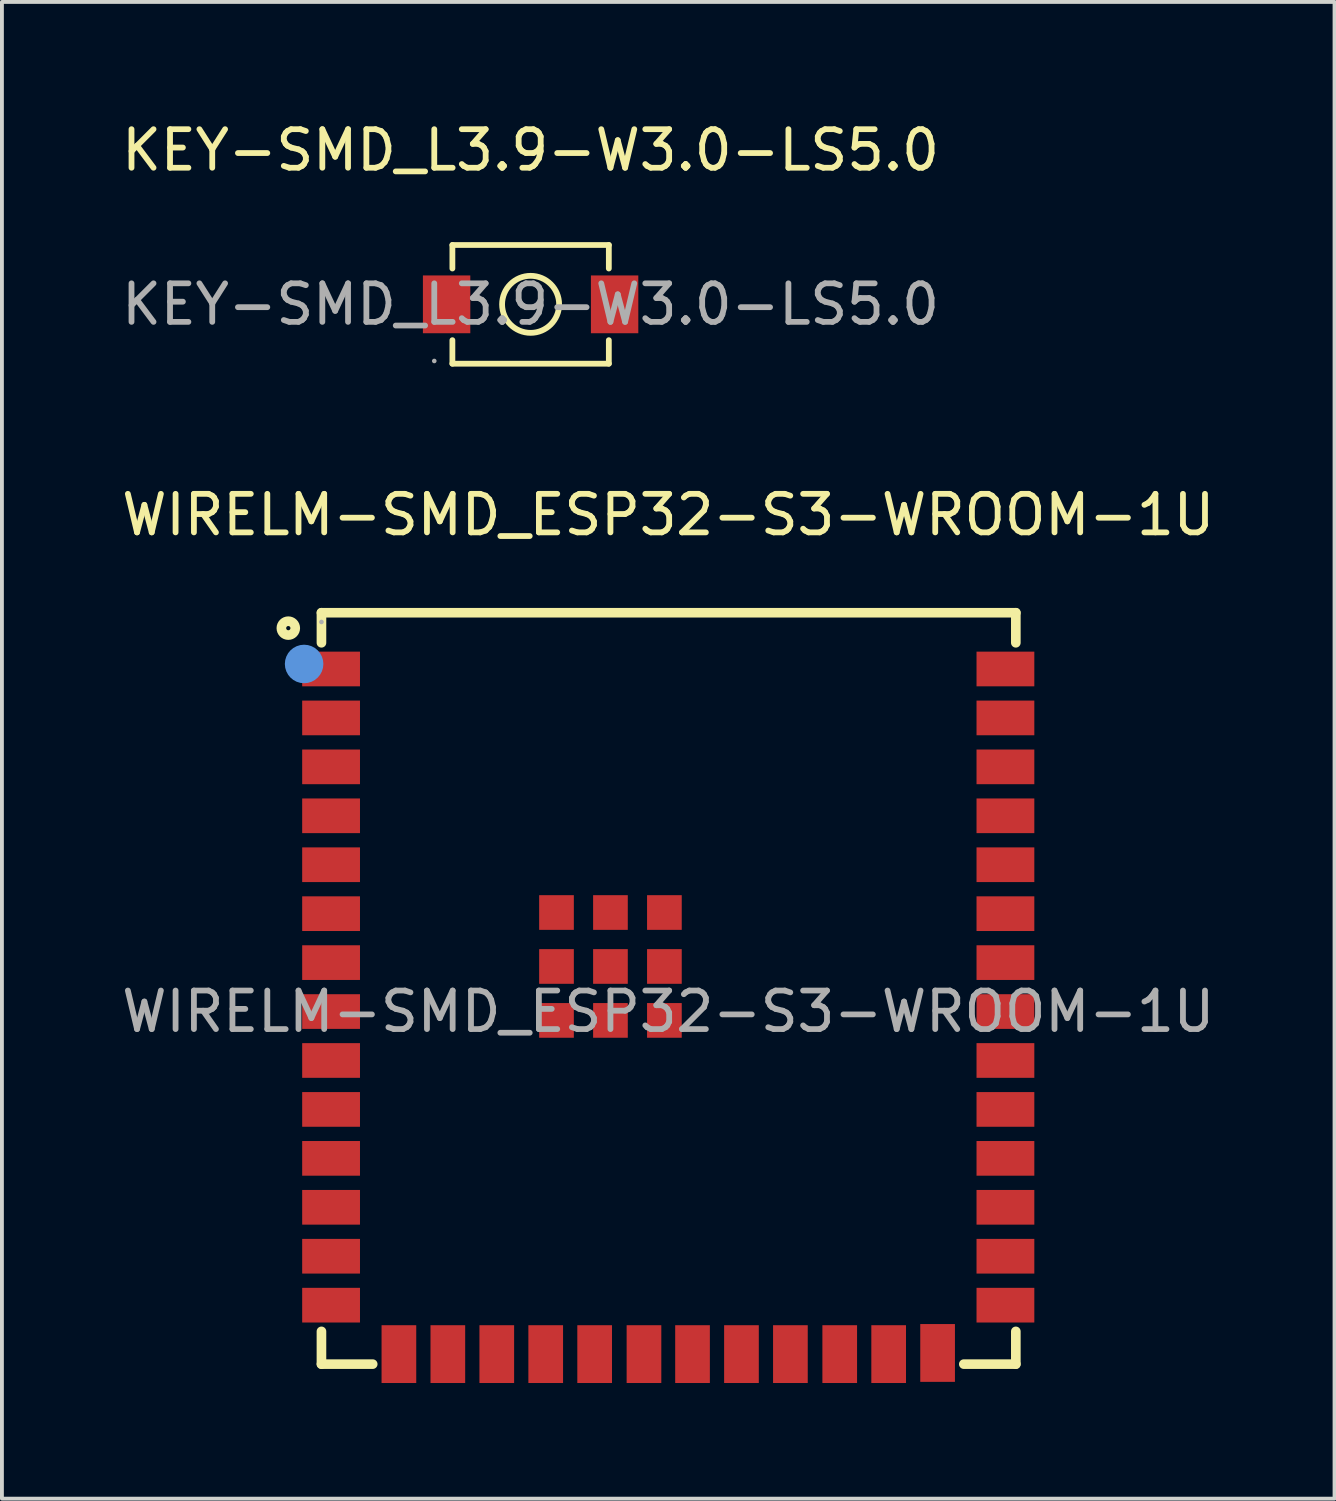
<source format=kicad_pcb>
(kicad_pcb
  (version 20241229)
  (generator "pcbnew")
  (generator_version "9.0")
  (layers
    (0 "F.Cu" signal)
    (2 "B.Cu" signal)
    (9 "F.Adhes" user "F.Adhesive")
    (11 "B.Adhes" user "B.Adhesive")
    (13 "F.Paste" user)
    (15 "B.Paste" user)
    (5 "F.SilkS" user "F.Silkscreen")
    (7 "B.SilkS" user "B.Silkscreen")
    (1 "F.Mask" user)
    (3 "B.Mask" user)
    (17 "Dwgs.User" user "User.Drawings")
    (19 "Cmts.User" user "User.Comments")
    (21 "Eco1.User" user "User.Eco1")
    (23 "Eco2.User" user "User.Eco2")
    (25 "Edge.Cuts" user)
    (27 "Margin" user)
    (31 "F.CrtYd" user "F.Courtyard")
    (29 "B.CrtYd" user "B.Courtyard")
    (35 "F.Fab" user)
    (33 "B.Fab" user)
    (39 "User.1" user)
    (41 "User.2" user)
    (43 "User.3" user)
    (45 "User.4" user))
  (footprint "WIRELM-SMD_ESP32-S3-WROOM-1U"
    (layer "F.Cu")
    (at 14.292 23.201)
    (property "Reference" "WIRELM-SMD_ESP32-S3-WROOM-1U" (at 0 -12.89 0) (layer "F.SilkS") (effects (font (size 1 1) (thickness 0.15))))
    (attr smd)
    (fp_line (start -9 -10.35) (end -9 -9.57) (stroke (width 0.25) (type solid)) (layer "F.SilkS"))
    (fp_line (start -9 -10.35) (end 9.02 -10.35) (stroke (width 0.25) (type solid)) (layer "F.SilkS"))
    (fp_line (start -9 8.3) (end -9 9.15) (stroke (width 0.25) (type solid)) (layer "F.SilkS"))
    (fp_line (start -9 9.15) (end -7.67 9.15) (stroke (width 0.25) (type solid)) (layer "F.SilkS"))
    (fp_line (start 7.67 9.15) (end 9.02 9.15) (stroke (width 0.25) (type solid)) (layer "F.SilkS"))
    (fp_line (start 9.02 -9.57) (end 9.02 -10.35) (stroke (width 0.25) (type solid)) (layer "F.SilkS"))
    (fp_line (start 9.02 9.15) (end 9.02 8.3) (stroke (width 0.25) (type solid)) (layer "F.SilkS"))
    (fp_circle (center -9.86 -9.95) (end -9.68 -9.95) (stroke (width 0.25) (type solid)) (fill no) (layer "F.SilkS"))
    (fp_circle (center -9.45 -9.02) (end -9.2 -9.02) (stroke (width 0.5) (type solid)) (fill no) (layer "Cmts.User"))
    (fp_circle (center -9 -10.11) (end -8.97 -10.11) (stroke (width 0.06) (type solid)) (fill no) (layer "F.Fab"))
    (fp_text user "${REFERENCE}" (at 0 0 0) (layer "F.Fab") (effects (font (size 1 1) (thickness 0.15))))
    (pad "1" smd rect (at -8.75 -8.89) (size 1.5 0.9) (layers "F.Cu" "F.Mask" "F.Paste"))
    (pad "2" smd rect (at -8.75 -7.62) (size 1.5 0.9) (layers "F.Cu" "F.Mask" "F.Paste"))
    (pad "3" smd rect (at -8.75 -6.35) (size 1.5 0.9) (layers "F.Cu" "F.Mask" "F.Paste"))
    (pad "4" smd rect (at -8.75 -5.08) (size 1.5 0.9) (layers "F.Cu" "F.Mask" "F.Paste"))
    (pad "5" smd rect (at -8.75 -3.81) (size 1.5 0.9) (layers "F.Cu" "F.Mask" "F.Paste"))
    (pad "6" smd rect (at -8.75 -2.54) (size 1.5 0.9) (layers "F.Cu" "F.Mask" "F.Paste"))
    (pad "7" smd rect (at -8.75 -1.27) (size 1.5 0.9) (layers "F.Cu" "F.Mask" "F.Paste"))
    (pad "8" smd rect (at -8.75 0) (size 1.5 0.9) (layers "F.Cu" "F.Mask" "F.Paste"))
    (pad "9" smd rect (at -8.75 1.27) (size 1.5 0.9) (layers "F.Cu" "F.Mask" "F.Paste"))
    (pad "10" smd rect (at -8.75 2.54) (size 1.5 0.9) (layers "F.Cu" "F.Mask" "F.Paste"))
    (pad "11" smd rect (at -8.75 3.81) (size 1.5 0.9) (layers "F.Cu" "F.Mask" "F.Paste"))
    (pad "12" smd rect (at -8.75 5.08) (size 1.5 0.9) (layers "F.Cu" "F.Mask" "F.Paste"))
    (pad "13" smd rect (at -8.75 6.35) (size 1.5 0.9) (layers "F.Cu" "F.Mask" "F.Paste"))
    (pad "14" smd rect (at -8.75 7.62) (size 1.5 0.9) (layers "F.Cu" "F.Mask" "F.Paste"))
    (pad "15" smd rect (at -6.99 8.89 90) (size 1.5 0.9) (layers "F.Cu" "F.Mask" "F.Paste"))
    (pad "16" smd rect (at -5.72 8.89 90) (size 1.5 0.9) (layers "F.Cu" "F.Mask" "F.Paste"))
    (pad "17" smd rect (at -4.45 8.89 90) (size 1.5 0.9) (layers "F.Cu" "F.Mask" "F.Paste"))
    (pad "18" smd rect (at -3.18 8.89 90) (size 1.5 0.9) (layers "F.Cu" "F.Mask" "F.Paste"))
    (pad "19" smd rect (at -1.91 8.89 90) (size 1.5 0.9) (layers "F.Cu" "F.Mask" "F.Paste"))
    (pad "20" smd rect (at -0.63 8.89 90) (size 1.5 0.9) (layers "F.Cu" "F.Mask" "F.Paste"))
    (pad "21" smd rect (at 0.63 8.89 90) (size 1.5 0.9) (layers "F.Cu" "F.Mask" "F.Paste"))
    (pad "22" smd rect (at 1.9 8.89 90) (size 1.5 0.9) (layers "F.Cu" "F.Mask" "F.Paste"))
    (pad "23" smd rect (at 3.17 8.89 90) (size 1.5 0.9) (layers "F.Cu" "F.Mask" "F.Paste"))
    (pad "24" smd rect (at 4.45 8.89 90) (size 1.5 0.9) (layers "F.Cu" "F.Mask" "F.Paste"))
    (pad "25" smd rect (at 5.72 8.89 90) (size 1.5 0.9) (layers "F.Cu" "F.Mask" "F.Paste"))
    (pad "26" smd rect (at 6.99 8.86 90) (size 1.5 0.9) (layers "F.Cu" "F.Mask" "F.Paste"))
    (pad "27" smd rect (at 8.75 7.62 180) (size 1.5 0.9) (layers "F.Cu" "F.Mask" "F.Paste"))
    (pad "28" smd rect (at 8.75 6.35 180) (size 1.5 0.9) (layers "F.Cu" "F.Mask" "F.Paste"))
    (pad "29" smd rect (at 8.75 5.08 180) (size 1.5 0.9) (layers "F.Cu" "F.Mask" "F.Paste"))
    (pad "30" smd rect (at 8.75 3.81 180) (size 1.5 0.9) (layers "F.Cu" "F.Mask" "F.Paste"))
    (pad "31" smd rect (at 8.75 2.54 180) (size 1.5 0.9) (layers "F.Cu" "F.Mask" "F.Paste"))
    (pad "32" smd rect (at 8.75 1.27 180) (size 1.5 0.9) (layers "F.Cu" "F.Mask" "F.Paste"))
    (pad "33" smd rect (at 8.75 0 180) (size 1.5 0.9) (layers "F.Cu" "F.Mask" "F.Paste"))
    (pad "34" smd rect (at 8.75 -1.27 180) (size 1.5 0.9) (layers "F.Cu" "F.Mask" "F.Paste"))
    (pad "35" smd rect (at 8.75 -2.54 180) (size 1.5 0.9) (layers "F.Cu" "F.Mask" "F.Paste"))
    (pad "36" smd rect (at 8.75 -3.81 180) (size 1.5 0.9) (layers "F.Cu" "F.Mask" "F.Paste"))
    (pad "37" smd rect (at 8.75 -5.08 180) (size 1.5 0.9) (layers "F.Cu" "F.Mask" "F.Paste"))
    (pad "38" smd rect (at 8.75 -6.35 180) (size 1.5 0.9) (layers "F.Cu" "F.Mask" "F.Paste"))
    (pad "39" smd rect (at 8.75 -7.62 180) (size 1.5 0.9) (layers "F.Cu" "F.Mask" "F.Paste"))
    (pad "40" smd rect (at 8.75 -8.89 180) (size 1.5 0.9) (layers "F.Cu" "F.Mask" "F.Paste"))
    (pad "41" smd rect (at -2.9 -2.57 90) (size 0.9 0.9) (layers "F.Cu" "F.Mask" "F.Paste"))
    (pad "41" smd rect (at -2.9 -1.17 90) (size 0.9 0.9) (layers "F.Cu" "F.Mask" "F.Paste"))
    (pad "41" smd rect (at -2.9 0.23 90) (size 0.9 0.9) (layers "F.Cu" "F.Mask" "F.Paste"))
    (pad "41" smd rect (at -1.5 -2.57 90) (size 0.9 0.9) (layers "F.Cu" "F.Mask" "F.Paste"))
    (pad "41" smd rect (at -1.5 -1.17 90) (size 0.9 0.9) (layers "F.Cu" "F.Mask" "F.Paste"))
    (pad "41" smd rect (at -1.5 0.23 90) (size 0.9 0.9) (layers "F.Cu" "F.Mask" "F.Paste"))
    (pad "41" smd rect (at -0.1 -2.57 90) (size 0.9 0.9) (layers "F.Cu" "F.Mask" "F.Paste"))
    (pad "41" smd rect (at -0.1 -1.17 90) (size 0.9 0.9) (layers "F.Cu" "F.Mask" "F.Paste"))
    (pad "41" smd rect (at -0.1 0.23 90) (size 0.9 0.9) (layers "F.Cu" "F.Mask" "F.Paste")))
  (footprint "KEY-SMD_L3.9-W3.0-LS5.0"
    (layer "F.Cu")
    (at 10.72 4.848)
    (property "Reference" "KEY-SMD_L3.9-W3.0-LS5.0" (at 0 -4 0) (layer "F.SilkS") (effects (font (size 1 1) (thickness 0.15))))
    (attr through_hole)
    (fp_line (start -2.03 -1.54) (end -2.03 -0.93) (stroke (width 0.15) (type solid)) (layer "F.SilkS"))
    (fp_line (start -2.03 0.93) (end -2.03 1.54) (stroke (width 0.15) (type solid)) (layer "F.SilkS"))
    (fp_line (start 2.03 -1.54) (end -2.03 -1.54) (stroke (width 0.15) (type solid)) (layer "F.SilkS"))
    (fp_line (start 2.03 -1.54) (end 2.03 -0.93) (stroke (width 0.15) (type solid)) (layer "F.SilkS"))
    (fp_line (start 2.03 0.93) (end 2.03 1.54) (stroke (width 0.15) (type solid)) (layer "F.SilkS"))
    (fp_line (start 2.03 1.54) (end -2.03 1.54) (stroke (width 0.15) (type solid)) (layer "F.SilkS"))
    (fp_circle (center 0 0) (end 0.74 0) (stroke (width 0.15) (type solid)) (fill no) (layer "F.SilkS"))
    (fp_circle (center -2.5 1.47) (end -2.47 1.47) (stroke (width 0.06) (type solid)) (fill no) (layer "F.Fab"))
    (fp_text user "${REFERENCE}" (at 0 0 0) (layer "F.Fab") (effects (font (size 1 1) (thickness 0.15))))
    (pad "1" smd rect (at -2.18 0) (size 1.23 1.5) (layers "F.Cu" "F.Mask" "F.Paste"))
    (pad "2" smd rect (at 2.18 0) (size 1.23 1.5) (layers "F.Cu" "F.Mask" "F.Paste")))
  (gr_rect
    (start -3 -3)
    (end 31.583 35.842)
    (stroke (width 0.1) (type default))
    (fill no)
    (layer "Edge.Cuts")))
</source>
